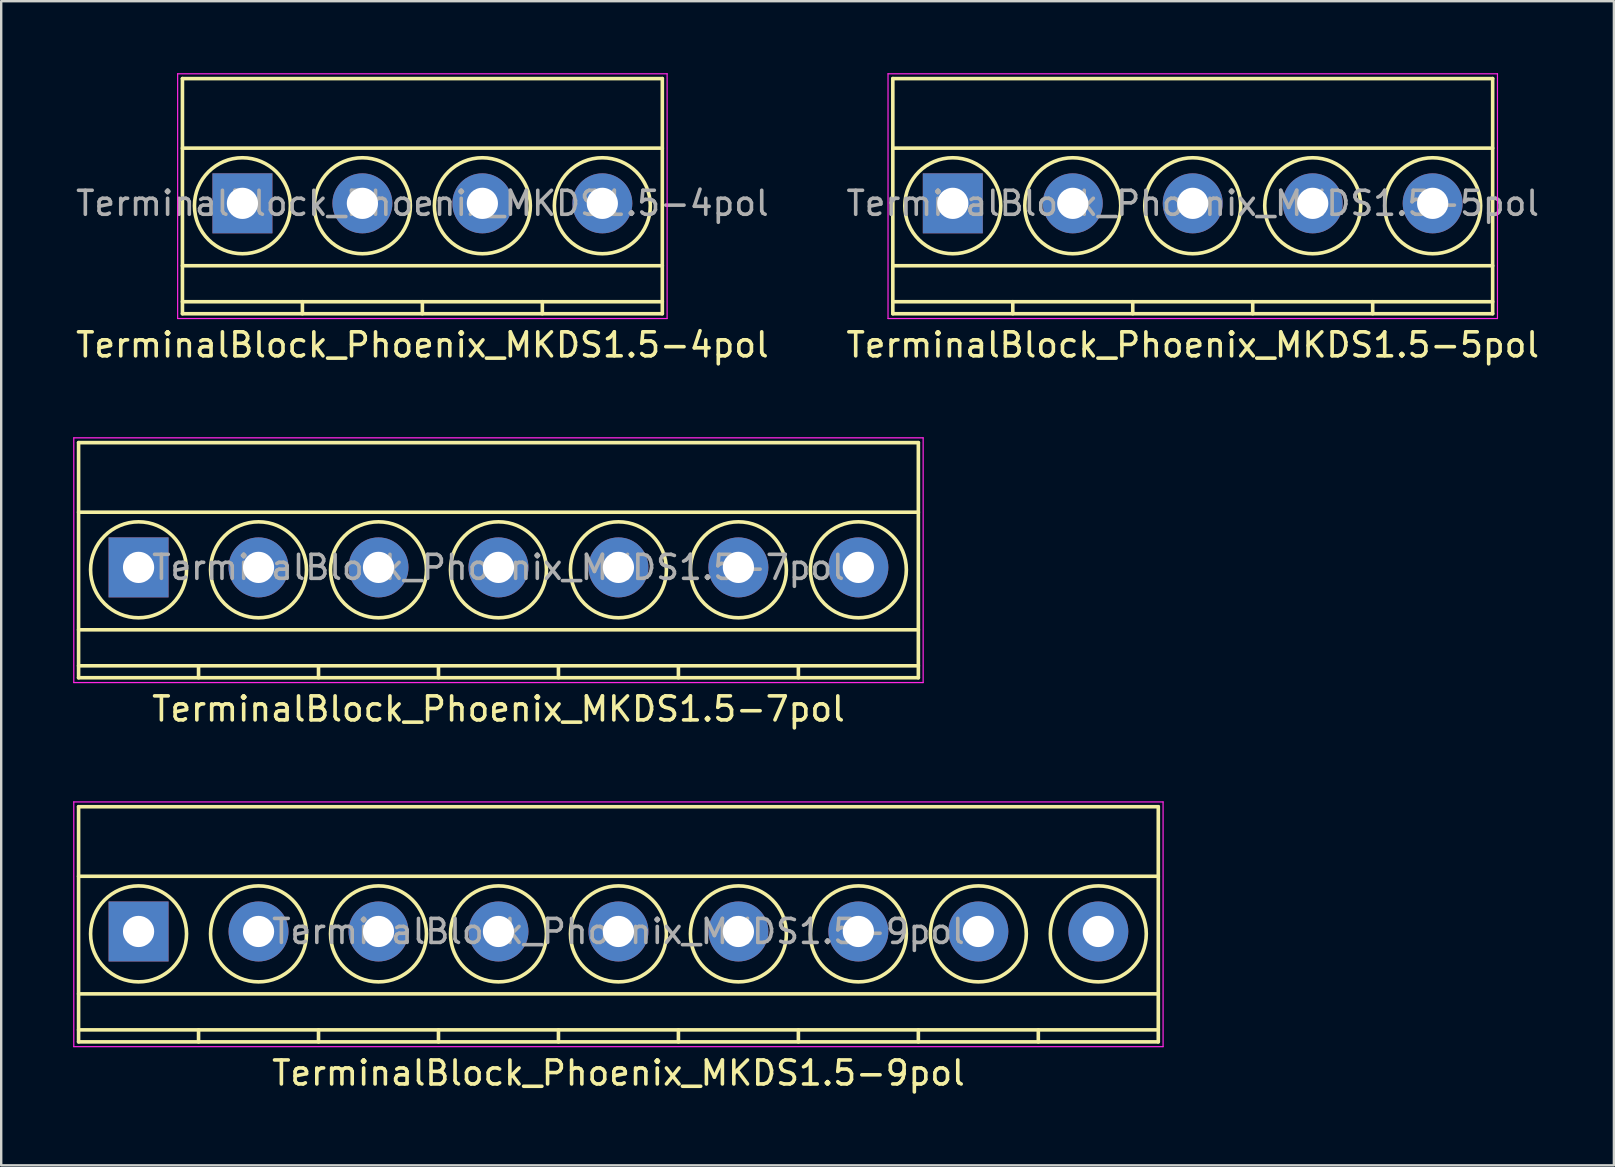
<source format=kicad_pcb>
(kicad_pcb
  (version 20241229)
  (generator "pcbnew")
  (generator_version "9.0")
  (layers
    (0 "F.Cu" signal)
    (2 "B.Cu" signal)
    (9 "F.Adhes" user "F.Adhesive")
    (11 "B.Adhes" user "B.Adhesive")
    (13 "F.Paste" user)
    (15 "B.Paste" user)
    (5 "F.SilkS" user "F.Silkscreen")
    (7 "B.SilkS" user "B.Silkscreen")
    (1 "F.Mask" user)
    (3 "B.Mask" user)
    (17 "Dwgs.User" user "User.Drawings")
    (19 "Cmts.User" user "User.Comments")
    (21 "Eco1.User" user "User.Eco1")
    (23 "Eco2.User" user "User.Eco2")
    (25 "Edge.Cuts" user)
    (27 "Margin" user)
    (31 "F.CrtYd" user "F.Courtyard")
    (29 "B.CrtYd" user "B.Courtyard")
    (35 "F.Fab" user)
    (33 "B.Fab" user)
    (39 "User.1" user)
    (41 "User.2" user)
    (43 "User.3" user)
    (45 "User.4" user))
  (footprint "TerminalBlock_Phoenix_MKDS1.5-9pol"
    (layer "F.Cu")
    (at 2.725 35.772)
    (property "Reference" "TerminalBlock_Phoenix_MKDS1.5-9pol" (at 20 5.9 0) (layer "F.SilkS") (effects (font (size 1 1) (thickness 0.15))))
    (attr through_hole)
    (fp_line (start -2.5 -5.2) (end -2.5 4.6) (stroke (width 0.15) (type solid)) (layer "F.SilkS"))
    (fp_line (start -2.5 -2.3) (end 42.5 -2.3) (stroke (width 0.15) (type solid)) (layer "F.SilkS"))
    (fp_line (start -2.5 2.6) (end 42.5 2.6) (stroke (width 0.15) (type solid)) (layer "F.SilkS"))
    (fp_line (start -2.5 4.1) (end 42.5 4.1) (stroke (width 0.15) (type solid)) (layer "F.SilkS"))
    (fp_line (start -2.5 4.6) (end 42.5 4.6) (stroke (width 0.15) (type solid)) (layer "F.SilkS"))
    (fp_line (start 2.5 4.1) (end 2.5 4.6) (stroke (width 0.15) (type solid)) (layer "F.SilkS"))
    (fp_line (start 7.5 4.1) (end 7.5 4.6) (stroke (width 0.15) (type solid)) (layer "F.SilkS"))
    (fp_line (start 12.5 4.1) (end 12.5 4.6) (stroke (width 0.15) (type solid)) (layer "F.SilkS"))
    (fp_line (start 17.5 4.1) (end 17.5 4.6) (stroke (width 0.15) (type solid)) (layer "F.SilkS"))
    (fp_line (start 22.5 4.1) (end 22.5 4.6) (stroke (width 0.15) (type solid)) (layer "F.SilkS"))
    (fp_line (start 27.5 4.1) (end 27.5 4.6) (stroke (width 0.15) (type solid)) (layer "F.SilkS"))
    (fp_line (start 32.5 4.1) (end 32.5 4.6) (stroke (width 0.15) (type solid)) (layer "F.SilkS"))
    (fp_line (start 37.5 4.1) (end 37.5 4.6) (stroke (width 0.15) (type solid)) (layer "F.SilkS"))
    (fp_line (start 42.5 -5.2) (end -2.5 -5.2) (stroke (width 0.15) (type solid)) (layer "F.SilkS"))
    (fp_line (start 42.5 4.6) (end 42.5 -5.2) (stroke (width 0.15) (type solid)) (layer "F.SilkS"))
    (fp_circle (center 0 0.1) (end 2 0.1) (stroke (width 0.15) (type solid)) (fill no) (layer "F.SilkS"))
    (fp_circle (center 5 0.1) (end 3 0.1) (stroke (width 0.15) (type solid)) (fill no) (layer "F.SilkS"))
    (fp_circle (center 10 0.1) (end 8 0.1) (stroke (width 0.15) (type solid)) (fill no) (layer "F.SilkS"))
    (fp_circle (center 15 0.1) (end 13 0.1) (stroke (width 0.15) (type solid)) (fill no) (layer "F.SilkS"))
    (fp_circle (center 20 0.1) (end 18 0.1) (stroke (width 0.15) (type solid)) (fill no) (layer "F.SilkS"))
    (fp_circle (center 25 0.1) (end 23 0.1) (stroke (width 0.15) (type solid)) (fill no) (layer "F.SilkS"))
    (fp_circle (center 30 0.1) (end 28 0.1) (stroke (width 0.15) (type solid)) (fill no) (layer "F.SilkS"))
    (fp_circle (center 35 0.1) (end 33 0.1) (stroke (width 0.15) (type solid)) (fill no) (layer "F.SilkS"))
    (fp_circle (center 40 0.1) (end 38 0.1) (stroke (width 0.15) (type solid)) (fill no) (layer "F.SilkS"))
    (fp_line (start -2.7 -5.4) (end 42.7 -5.4) (stroke (width 0.05) (type solid)) (layer "F.CrtYd"))
    (fp_line (start -2.7 4.8) (end -2.7 -5.4) (stroke (width 0.05) (type solid)) (layer "F.CrtYd"))
    (fp_line (start 42.7 -5.4) (end 42.7 4.8) (stroke (width 0.05) (type solid)) (layer "F.CrtYd"))
    (fp_line (start 42.7 4.8) (end -2.7 4.8) (stroke (width 0.05) (type solid)) (layer "F.CrtYd"))
    (fp_text user "${REFERENCE}" (at 20 0 0) (layer "F.Fab") (effects (font (size 1 1) (thickness 0.15))))
    (pad "1" thru_hole rect (at 0 0) (size 2.5 2.5) (drill 1.3) (layers "*.Cu" "*.Mask"))
    (pad "2" thru_hole circle (at 5 0) (size 2.5 2.5) (drill 1.3) (layers "*.Cu" "*.Mask"))
    (pad "3" thru_hole circle (at 10 0) (size 2.5 2.5) (drill 1.3) (layers "*.Cu" "*.Mask"))
    (pad "4" thru_hole circle (at 15 0) (size 2.5 2.5) (drill 1.3) (layers "*.Cu" "*.Mask"))
    (pad "5" thru_hole circle (at 20 0) (size 2.5 2.5) (drill 1.3) (layers "*.Cu" "*.Mask"))
    (pad "6" thru_hole circle (at 25 0) (size 2.5 2.5) (drill 1.3) (layers "*.Cu" "*.Mask"))
    (pad "7" thru_hole circle (at 30 0) (size 2.5 2.5) (drill 1.3) (layers "*.Cu" "*.Mask"))
    (pad "8" thru_hole circle (at 35 0) (size 2.5 2.5) (drill 1.3) (layers "*.Cu" "*.Mask"))
    (pad "9" thru_hole circle (at 40 0) (size 2.5 2.5) (drill 1.3) (layers "*.Cu" "*.Mask")))
  (footprint "TerminalBlock_Phoenix_MKDS1.5-4pol"
    (layer "F.Cu")
    (at 7.054 5.425)
    (property "Reference" "TerminalBlock_Phoenix_MKDS1.5-4pol" (at 7.5 5.9 0) (layer "F.SilkS") (effects (font (size 1 1) (thickness 0.15))))
    (attr through_hole)
    (fp_line (start -2.5 -5.2) (end -2.5 4.6) (stroke (width 0.15) (type solid)) (layer "F.SilkS"))
    (fp_line (start -2.5 -2.3) (end 17.5 -2.3) (stroke (width 0.15) (type solid)) (layer "F.SilkS"))
    (fp_line (start -2.5 2.6) (end 17.5 2.6) (stroke (width 0.15) (type solid)) (layer "F.SilkS"))
    (fp_line (start -2.5 4.1) (end 17.5 4.1) (stroke (width 0.15) (type solid)) (layer "F.SilkS"))
    (fp_line (start -2.5 4.6) (end 17.5 4.6) (stroke (width 0.15) (type solid)) (layer "F.SilkS"))
    (fp_line (start 2.5 4.1) (end 2.5 4.6) (stroke (width 0.15) (type solid)) (layer "F.SilkS"))
    (fp_line (start 7.5 4.1) (end 7.5 4.6) (stroke (width 0.15) (type solid)) (layer "F.SilkS"))
    (fp_line (start 12.5 4.1) (end 12.5 4.6) (stroke (width 0.15) (type solid)) (layer "F.SilkS"))
    (fp_line (start 17.5 -5.2) (end -2.5 -5.2) (stroke (width 0.15) (type solid)) (layer "F.SilkS"))
    (fp_line (start 17.5 4.6) (end 17.5 -5.2) (stroke (width 0.15) (type solid)) (layer "F.SilkS"))
    (fp_circle (center 0 0.1) (end 2 0.1) (stroke (width 0.15) (type solid)) (fill no) (layer "F.SilkS"))
    (fp_circle (center 5 0.1) (end 3 0.1) (stroke (width 0.15) (type solid)) (fill no) (layer "F.SilkS"))
    (fp_circle (center 10 0.1) (end 8 0.1) (stroke (width 0.15) (type solid)) (fill no) (layer "F.SilkS"))
    (fp_circle (center 15 0.1) (end 13 0.1) (stroke (width 0.15) (type solid)) (fill no) (layer "F.SilkS"))
    (fp_line (start -2.7 -5.4) (end 17.7 -5.4) (stroke (width 0.05) (type solid)) (layer "F.CrtYd"))
    (fp_line (start -2.7 4.8) (end -2.7 -5.4) (stroke (width 0.05) (type solid)) (layer "F.CrtYd"))
    (fp_line (start 17.7 -5.4) (end 17.7 4.8) (stroke (width 0.05) (type solid)) (layer "F.CrtYd"))
    (fp_line (start 17.7 4.8) (end -2.7 4.8) (stroke (width 0.05) (type solid)) (layer "F.CrtYd"))
    (fp_text user "${REFERENCE}" (at 7.5 0 0) (layer "F.Fab") (effects (font (size 1 1) (thickness 0.15))))
    (pad "1" thru_hole rect (at 0 0) (size 2.5 2.5) (drill 1.3) (layers "*.Cu" "*.Mask"))
    (pad "2" thru_hole circle (at 5 0) (size 2.5 2.5) (drill 1.3) (layers "*.Cu" "*.Mask"))
    (pad "3" thru_hole circle (at 10 0) (size 2.5 2.5) (drill 1.3) (layers "*.Cu" "*.Mask"))
    (pad "4" thru_hole circle (at 15 0) (size 2.5 2.5) (drill 1.3) (layers "*.Cu" "*.Mask")))
  (footprint "TerminalBlock_Phoenix_MKDS1.5-7pol"
    (layer "F.Cu")
    (at 2.725 20.598)
    (property "Reference" "TerminalBlock_Phoenix_MKDS1.5-7pol" (at 15 5.9 0) (layer "F.SilkS") (effects (font (size 1 1) (thickness 0.15))))
    (attr through_hole)
    (fp_line (start -2.5 -5.2) (end -2.5 4.6) (stroke (width 0.15) (type solid)) (layer "F.SilkS"))
    (fp_line (start -2.5 -2.3) (end 32.5 -2.3) (stroke (width 0.15) (type solid)) (layer "F.SilkS"))
    (fp_line (start -2.5 2.6) (end 32.5 2.6) (stroke (width 0.15) (type solid)) (layer "F.SilkS"))
    (fp_line (start -2.5 4.1) (end 32.5 4.1) (stroke (width 0.15) (type solid)) (layer "F.SilkS"))
    (fp_line (start -2.5 4.6) (end 32.5 4.6) (stroke (width 0.15) (type solid)) (layer "F.SilkS"))
    (fp_line (start 2.5 4.1) (end 2.5 4.6) (stroke (width 0.15) (type solid)) (layer "F.SilkS"))
    (fp_line (start 7.5 4.1) (end 7.5 4.6) (stroke (width 0.15) (type solid)) (layer "F.SilkS"))
    (fp_line (start 12.5 4.1) (end 12.5 4.6) (stroke (width 0.15) (type solid)) (layer "F.SilkS"))
    (fp_line (start 17.5 4.1) (end 17.5 4.6) (stroke (width 0.15) (type solid)) (layer "F.SilkS"))
    (fp_line (start 22.5 4.1) (end 22.5 4.6) (stroke (width 0.15) (type solid)) (layer "F.SilkS"))
    (fp_line (start 27.5 4.1) (end 27.5 4.6) (stroke (width 0.15) (type solid)) (layer "F.SilkS"))
    (fp_line (start 32.5 -5.2) (end -2.5 -5.2) (stroke (width 0.15) (type solid)) (layer "F.SilkS"))
    (fp_line (start 32.5 4.6) (end 32.5 -5.2) (stroke (width 0.15) (type solid)) (layer "F.SilkS"))
    (fp_circle (center 0 0.1) (end 2 0.1) (stroke (width 0.15) (type solid)) (fill no) (layer "F.SilkS"))
    (fp_circle (center 5 0.1) (end 3 0.1) (stroke (width 0.15) (type solid)) (fill no) (layer "F.SilkS"))
    (fp_circle (center 10 0.1) (end 8 0.1) (stroke (width 0.15) (type solid)) (fill no) (layer "F.SilkS"))
    (fp_circle (center 15 0.1) (end 13 0.1) (stroke (width 0.15) (type solid)) (fill no) (layer "F.SilkS"))
    (fp_circle (center 20 0.1) (end 18 0.1) (stroke (width 0.15) (type solid)) (fill no) (layer "F.SilkS"))
    (fp_circle (center 25 0.1) (end 23 0.1) (stroke (width 0.15) (type solid)) (fill no) (layer "F.SilkS"))
    (fp_circle (center 30 0.1) (end 28 0.1) (stroke (width 0.15) (type solid)) (fill no) (layer "F.SilkS"))
    (fp_line (start -2.7 -5.4) (end 32.7 -5.4) (stroke (width 0.05) (type solid)) (layer "F.CrtYd"))
    (fp_line (start -2.7 4.8) (end -2.7 -5.4) (stroke (width 0.05) (type solid)) (layer "F.CrtYd"))
    (fp_line (start 32.7 -5.4) (end 32.7 4.8) (stroke (width 0.05) (type solid)) (layer "F.CrtYd"))
    (fp_line (start 32.7 4.8) (end -2.7 4.8) (stroke (width 0.05) (type solid)) (layer "F.CrtYd"))
    (fp_text user "${REFERENCE}" (at 15 0 0) (layer "F.Fab") (effects (font (size 1 1) (thickness 0.15))))
    (pad "1" thru_hole rect (at 0 0) (size 2.5 2.5) (drill 1.3) (layers "*.Cu" "*.Mask"))
    (pad "2" thru_hole circle (at 5 0) (size 2.5 2.5) (drill 1.3) (layers "*.Cu" "*.Mask"))
    (pad "3" thru_hole circle (at 10 0) (size 2.5 2.5) (drill 1.3) (layers "*.Cu" "*.Mask"))
    (pad "4" thru_hole circle (at 15 0) (size 2.5 2.5) (drill 1.3) (layers "*.Cu" "*.Mask"))
    (pad "5" thru_hole circle (at 20 0) (size 2.5 2.5) (drill 1.3) (layers "*.Cu" "*.Mask"))
    (pad "6" thru_hole circle (at 25 0) (size 2.5 2.5) (drill 1.3) (layers "*.Cu" "*.Mask"))
    (pad "7" thru_hole circle (at 30 0) (size 2.5 2.5) (drill 1.3) (layers "*.Cu" "*.Mask")))
  (footprint "TerminalBlock_Phoenix_MKDS1.5-5pol"
    (layer "F.Cu")
    (at 36.661 5.425)
    (property "Reference" "TerminalBlock_Phoenix_MKDS1.5-5pol" (at 10 5.9 0) (layer "F.SilkS") (effects (font (size 1 1) (thickness 0.15))))
    (attr through_hole)
    (fp_line (start -2.5 -5.2) (end -2.5 4.6) (stroke (width 0.15) (type solid)) (layer "F.SilkS"))
    (fp_line (start -2.5 -2.3) (end 22.5 -2.3) (stroke (width 0.15) (type solid)) (layer "F.SilkS"))
    (fp_line (start -2.5 2.6) (end 22.5 2.6) (stroke (width 0.15) (type solid)) (layer "F.SilkS"))
    (fp_line (start -2.5 4.1) (end 22.5 4.1) (stroke (width 0.15) (type solid)) (layer "F.SilkS"))
    (fp_line (start -2.5 4.6) (end 22.5 4.6) (stroke (width 0.15) (type solid)) (layer "F.SilkS"))
    (fp_line (start 2.5 4.1) (end 2.5 4.6) (stroke (width 0.15) (type solid)) (layer "F.SilkS"))
    (fp_line (start 7.5 4.1) (end 7.5 4.6) (stroke (width 0.15) (type solid)) (layer "F.SilkS"))
    (fp_line (start 12.5 4.1) (end 12.5 4.6) (stroke (width 0.15) (type solid)) (layer "F.SilkS"))
    (fp_line (start 17.5 4.1) (end 17.5 4.6) (stroke (width 0.15) (type solid)) (layer "F.SilkS"))
    (fp_line (start 22.5 -5.2) (end -2.5 -5.2) (stroke (width 0.15) (type solid)) (layer "F.SilkS"))
    (fp_line (start 22.5 4.6) (end 22.5 -5.2) (stroke (width 0.15) (type solid)) (layer "F.SilkS"))
    (fp_circle (center 0 0.1) (end 2 0.1) (stroke (width 0.15) (type solid)) (fill no) (layer "F.SilkS"))
    (fp_circle (center 5 0.1) (end 3 0.1) (stroke (width 0.15) (type solid)) (fill no) (layer "F.SilkS"))
    (fp_circle (center 10 0.1) (end 8 0.1) (stroke (width 0.15) (type solid)) (fill no) (layer "F.SilkS"))
    (fp_circle (center 15 0.1) (end 13 0.1) (stroke (width 0.15) (type solid)) (fill no) (layer "F.SilkS"))
    (fp_circle (center 20 0.1) (end 18 0.1) (stroke (width 0.15) (type solid)) (fill no) (layer "F.SilkS"))
    (fp_line (start -2.7 -5.4) (end -2.7 4.8) (stroke (width 0.05) (type solid)) (layer "F.CrtYd"))
    (fp_line (start -2.7 4.8) (end 22.7 4.8) (stroke (width 0.05) (type solid)) (layer "F.CrtYd"))
    (fp_line (start 22.7 -5.4) (end -2.7 -5.4) (stroke (width 0.05) (type solid)) (layer "F.CrtYd"))
    (fp_line (start 22.7 4.8) (end 22.7 -5.4) (stroke (width 0.05) (type solid)) (layer "F.CrtYd"))
    (fp_text user "${REFERENCE}" (at 10 0 0) (layer "F.Fab") (effects (font (size 1 1) (thickness 0.15))))
    (pad "1" thru_hole rect (at 0 0) (size 2.5 2.5) (drill 1.3) (layers "*.Cu" "*.Mask"))
    (pad "2" thru_hole circle (at 5 0) (size 2.5 2.5) (drill 1.3) (layers "*.Cu" "*.Mask"))
    (pad "3" thru_hole circle (at 10 0) (size 2.5 2.5) (drill 1.3) (layers "*.Cu" "*.Mask"))
    (pad "4" thru_hole circle (at 15 0) (size 2.5 2.5) (drill 1.3) (layers "*.Cu" "*.Mask"))
    (pad "5" thru_hole circle (at 20 0) (size 2.5 2.5) (drill 1.3) (layers "*.Cu" "*.Mask")))
  (gr_rect
    (start -3 -3)
    (end 64.214 45.52)
    (stroke (width 0.1) (type default))
    (fill no)
    (layer "Edge.Cuts")))
</source>
